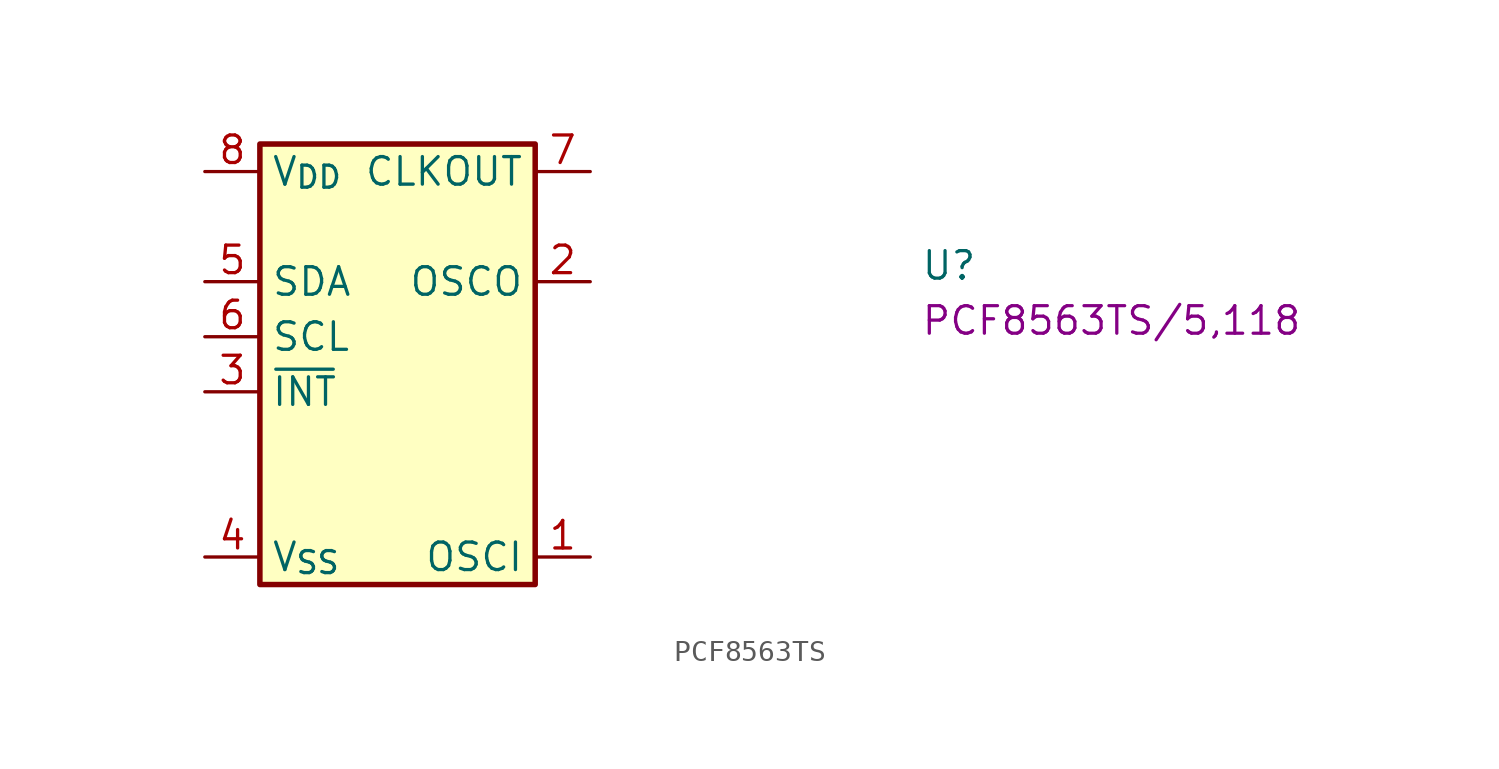
<source format=kicad_sym>
(kicad_symbol_lib
  (version 20220914)
  (generator kicad_symbol_editor)
  (symbol "PCF8563TS"
    (property "Reference" "U"
      (at 33.02 -5.08 0)
      (effects (font (size 1.27 1.27) (thickness 0.15)) (justify left bottom)))
    (property "MPN" "PCF8563TS/5,118"
      (at 33.02 -7.62 0)
      (effects (font (size 1.27 1.27) (thickness 0.15)) (justify left bottom)))
    (symbol "PCF8563TS_1_1"
      (rectangle (start 2.54 1.27) (end 15.24 -19.05) (stroke (width 0.254) (type default)) (fill (type background)))
      (pin passive line (at 17.78 -17.78 180) (length 2.54) (name "OSCI" (effects (font (size 1.27 1.27)))) (number "1" (effects (font (size 1.27 1.27)))))
      (pin passive line (at 17.78 -5.08 180) (length 2.54) (name "OSCO" (effects (font (size 1.27 1.27)))) (number "2" (effects (font (size 1.27 1.27)))))
      (pin open_collector line (at 0 -10.16 0) (length 2.54) (name "~{INT}" (effects (font (size 1.27 1.27)))) (number "3" (effects (font (size 1.27 1.27)))))
      (pin power_in line (at 0 -17.78 0) (length 2.54) (name "V_{SS}" (effects (font (size 1.27 1.27)))) (number "4" (effects (font (size 1.27 1.27)))))
      (pin open_collector line (at 0 -5.08 0) (length 2.54) (name "SDA" (effects (font (size 1.27 1.27)))) (number "5" (effects (font (size 1.27 1.27)))))
      (pin open_collector line (at 0 -7.62 0) (length 2.54) (name "SCL" (effects (font (size 1.27 1.27)))) (number "6" (effects (font (size 1.27 1.27)))))
      (pin open_collector line (at 17.78 0 180) (length 2.54) (name "CLKOUT" (effects (font (size 1.27 1.27)))) (number "7" (effects (font (size 1.27 1.27)))))
      (pin power_in line (at 0 0 0) (length 2.54) (name "V_{DD}" (effects (font (size 1.27 1.27)))) (number "8" (effects (font (size 1.27 1.27))))))))
</source>
